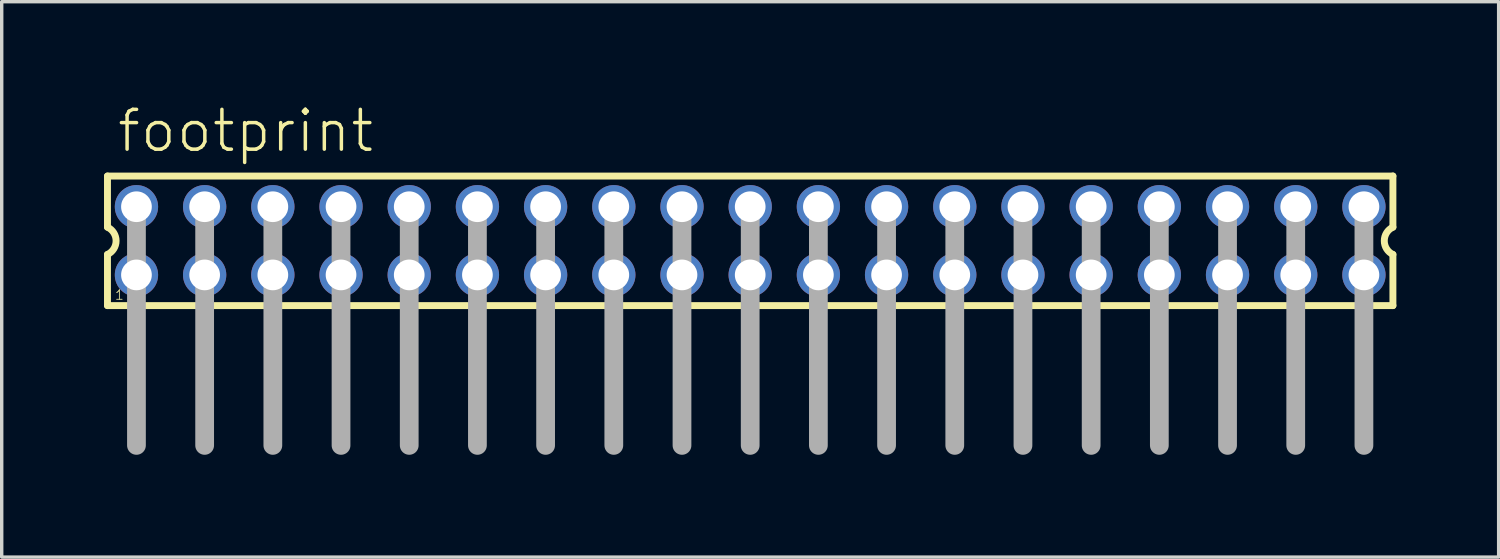
<source format=kicad_pcb>
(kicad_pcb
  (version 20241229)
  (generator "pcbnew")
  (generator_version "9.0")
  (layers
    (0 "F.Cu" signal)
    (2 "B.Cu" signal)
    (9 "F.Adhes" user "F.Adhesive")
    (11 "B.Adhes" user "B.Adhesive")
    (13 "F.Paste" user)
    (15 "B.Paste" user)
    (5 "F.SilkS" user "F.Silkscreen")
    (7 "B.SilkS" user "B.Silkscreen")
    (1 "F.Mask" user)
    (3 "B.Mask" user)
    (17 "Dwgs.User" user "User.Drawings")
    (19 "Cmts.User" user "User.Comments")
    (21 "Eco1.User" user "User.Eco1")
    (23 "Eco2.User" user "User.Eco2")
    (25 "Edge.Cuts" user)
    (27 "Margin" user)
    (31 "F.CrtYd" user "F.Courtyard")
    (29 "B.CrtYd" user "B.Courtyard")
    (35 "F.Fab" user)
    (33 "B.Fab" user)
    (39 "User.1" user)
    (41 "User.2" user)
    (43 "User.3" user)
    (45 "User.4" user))
  (footprint "footprint"
    (layer "F.Cu")
    (at 18.952 4.013)
    (property "Reference" "footprint" (at -18.62 -2.54 0) (layer "F.SilkS") (effects (font (size 1.168 1.168) (thickness 0.102)) (justify left bottom)))
    (fp_line (start -18.85 -1.9) (end -18.85 -0.4) (stroke (width 0.203) (type solid)) (layer "F.SilkS"))
    (fp_line (start -18.85 0.4) (end -18.85 1.9) (stroke (width 0.203) (type solid)) (layer "F.SilkS"))
    (fp_line (start -18.85 1.9) (end 18.85 1.9) (stroke (width 0.203) (type solid)) (layer "F.SilkS"))
    (fp_line (start 18.85 -1.9) (end -18.85 -1.9) (stroke (width 0.203) (type solid)) (layer "F.SilkS"))
    (fp_line (start 18.85 -0.4) (end 18.85 -1.9) (stroke (width 0.203) (type solid)) (layer "F.SilkS"))
    (fp_line (start 18.85 1.9) (end 18.85 0.4) (stroke (width 0.203) (type solid)) (layer "F.SilkS"))
    (fp_arc (start -18.85 -0.4) (mid -18.597167 0) (end -18.85 0.4) (stroke (width 0.2032) (type solid)) (layer "F.SilkS"))
    (fp_arc (start 18.85 0.4) (mid 18.597167 0) (end 18.85 -0.4) (stroke (width 0.2032) (type solid)) (layer "F.SilkS"))
    (fp_line (start -18 -1) (end -18 6) (stroke (width 0.55) (type solid)) (layer "F.Fab"))
    (fp_line (start -16 -1) (end -16 6) (stroke (width 0.55) (type solid)) (layer "F.Fab"))
    (fp_line (start -14 -1) (end -14 6) (stroke (width 0.55) (type solid)) (layer "F.Fab"))
    (fp_line (start -12 -1) (end -12 6) (stroke (width 0.55) (type solid)) (layer "F.Fab"))
    (fp_line (start -10 -1) (end -10 6) (stroke (width 0.55) (type solid)) (layer "F.Fab"))
    (fp_line (start -8 -1) (end -8 6) (stroke (width 0.55) (type solid)) (layer "F.Fab"))
    (fp_line (start -6 -1) (end -6 6) (stroke (width 0.55) (type solid)) (layer "F.Fab"))
    (fp_line (start -4 -1) (end -4 6) (stroke (width 0.55) (type solid)) (layer "F.Fab"))
    (fp_line (start -2 -1) (end -2 6) (stroke (width 0.55) (type solid)) (layer "F.Fab"))
    (fp_line (start 0 -1) (end 0 6) (stroke (width 0.55) (type solid)) (layer "F.Fab"))
    (fp_line (start 2 -1) (end 2 6) (stroke (width 0.55) (type solid)) (layer "F.Fab"))
    (fp_line (start 4 -1) (end 4 6) (stroke (width 0.55) (type solid)) (layer "F.Fab"))
    (fp_line (start 6 -1) (end 6 6) (stroke (width 0.55) (type solid)) (layer "F.Fab"))
    (fp_line (start 8 -1) (end 8 6) (stroke (width 0.55) (type solid)) (layer "F.Fab"))
    (fp_line (start 10 -1) (end 10 6) (stroke (width 0.55) (type solid)) (layer "F.Fab"))
    (fp_line (start 12 -1) (end 12 6) (stroke (width 0.55) (type solid)) (layer "F.Fab"))
    (fp_line (start 14 -1) (end 14 6) (stroke (width 0.55) (type solid)) (layer "F.Fab"))
    (fp_line (start 16 -1) (end 16 6) (stroke (width 0.55) (type solid)) (layer "F.Fab"))
    (fp_line (start 18 -1) (end 18 6) (stroke (width 0.55) (type solid)) (layer "F.Fab"))
    (fp_poly (pts (xy -18.25 -0.75) (xy -17.75 -0.75) (xy -17.75 -1.25) (xy -18.25 -1.25)) (stroke (width 0.1) (type solid)) (fill no) (layer "F.Fab"))
    (fp_poly (pts (xy -18.25 1.25) (xy -17.75 1.25) (xy -17.75 0.75) (xy -18.25 0.75)) (stroke (width 0.1) (type solid)) (fill no) (layer "F.Fab"))
    (fp_poly (pts (xy -16.25 -0.75) (xy -15.75 -0.75) (xy -15.75 -1.25) (xy -16.25 -1.25)) (stroke (width 0.1) (type solid)) (fill no) (layer "F.Fab"))
    (fp_poly (pts (xy -16.25 1.25) (xy -15.75 1.25) (xy -15.75 0.75) (xy -16.25 0.75)) (stroke (width 0.1) (type solid)) (fill no) (layer "F.Fab"))
    (fp_poly (pts (xy -14.25 -0.75) (xy -13.75 -0.75) (xy -13.75 -1.25) (xy -14.25 -1.25)) (stroke (width 0.1) (type solid)) (fill no) (layer "F.Fab"))
    (fp_poly (pts (xy -14.25 1.25) (xy -13.75 1.25) (xy -13.75 0.75) (xy -14.25 0.75)) (stroke (width 0.1) (type solid)) (fill no) (layer "F.Fab"))
    (fp_poly (pts (xy -12.25 -0.75) (xy -11.75 -0.75) (xy -11.75 -1.25) (xy -12.25 -1.25)) (stroke (width 0.1) (type solid)) (fill no) (layer "F.Fab"))
    (fp_poly (pts (xy -12.25 1.25) (xy -11.75 1.25) (xy -11.75 0.75) (xy -12.25 0.75)) (stroke (width 0.1) (type solid)) (fill no) (layer "F.Fab"))
    (fp_poly (pts (xy -10.25 -0.75) (xy -9.75 -0.75) (xy -9.75 -1.25) (xy -10.25 -1.25)) (stroke (width 0.1) (type solid)) (fill no) (layer "F.Fab"))
    (fp_poly (pts (xy -10.25 1.25) (xy -9.75 1.25) (xy -9.75 0.75) (xy -10.25 0.75)) (stroke (width 0.1) (type solid)) (fill no) (layer "F.Fab"))
    (fp_poly (pts (xy -8.25 -0.75) (xy -7.75 -0.75) (xy -7.75 -1.25) (xy -8.25 -1.25)) (stroke (width 0.1) (type solid)) (fill no) (layer "F.Fab"))
    (fp_poly (pts (xy -8.25 1.25) (xy -7.75 1.25) (xy -7.75 0.75) (xy -8.25 0.75)) (stroke (width 0.1) (type solid)) (fill no) (layer "F.Fab"))
    (fp_poly (pts (xy -6.25 -0.75) (xy -5.75 -0.75) (xy -5.75 -1.25) (xy -6.25 -1.25)) (stroke (width 0.1) (type solid)) (fill no) (layer "F.Fab"))
    (fp_poly (pts (xy -6.25 1.25) (xy -5.75 1.25) (xy -5.75 0.75) (xy -6.25 0.75)) (stroke (width 0.1) (type solid)) (fill no) (layer "F.Fab"))
    (fp_poly (pts (xy -4.25 -0.75) (xy -3.75 -0.75) (xy -3.75 -1.25) (xy -4.25 -1.25)) (stroke (width 0.1) (type solid)) (fill no) (layer "F.Fab"))
    (fp_poly (pts (xy -4.25 1.25) (xy -3.75 1.25) (xy -3.75 0.75) (xy -4.25 0.75)) (stroke (width 0.1) (type solid)) (fill no) (layer "F.Fab"))
    (fp_poly (pts (xy -2.25 -0.75) (xy -1.75 -0.75) (xy -1.75 -1.25) (xy -2.25 -1.25)) (stroke (width 0.1) (type solid)) (fill no) (layer "F.Fab"))
    (fp_poly (pts (xy -2.25 1.25) (xy -1.75 1.25) (xy -1.75 0.75) (xy -2.25 0.75)) (stroke (width 0.1) (type solid)) (fill no) (layer "F.Fab"))
    (fp_poly (pts (xy -0.25 -0.75) (xy 0.25 -0.75) (xy 0.25 -1.25) (xy -0.25 -1.25)) (stroke (width 0.1) (type solid)) (fill no) (layer "F.Fab"))
    (fp_poly (pts (xy -0.25 1.25) (xy 0.25 1.25) (xy 0.25 0.75) (xy -0.25 0.75)) (stroke (width 0.1) (type solid)) (fill no) (layer "F.Fab"))
    (fp_poly (pts (xy 1.75 -0.75) (xy 2.25 -0.75) (xy 2.25 -1.25) (xy 1.75 -1.25)) (stroke (width 0.1) (type solid)) (fill no) (layer "F.Fab"))
    (fp_poly (pts (xy 1.75 1.25) (xy 2.25 1.25) (xy 2.25 0.75) (xy 1.75 0.75)) (stroke (width 0.1) (type solid)) (fill no) (layer "F.Fab"))
    (fp_poly (pts (xy 3.75 -0.75) (xy 4.25 -0.75) (xy 4.25 -1.25) (xy 3.75 -1.25)) (stroke (width 0.1) (type solid)) (fill no) (layer "F.Fab"))
    (fp_poly (pts (xy 3.75 1.25) (xy 4.25 1.25) (xy 4.25 0.75) (xy 3.75 0.75)) (stroke (width 0.1) (type solid)) (fill no) (layer "F.Fab"))
    (fp_poly (pts (xy 5.75 -0.75) (xy 6.25 -0.75) (xy 6.25 -1.25) (xy 5.75 -1.25)) (stroke (width 0.1) (type solid)) (fill no) (layer "F.Fab"))
    (fp_poly (pts (xy 5.75 1.25) (xy 6.25 1.25) (xy 6.25 0.75) (xy 5.75 0.75)) (stroke (width 0.1) (type solid)) (fill no) (layer "F.Fab"))
    (fp_poly (pts (xy 7.75 -0.75) (xy 8.25 -0.75) (xy 8.25 -1.25) (xy 7.75 -1.25)) (stroke (width 0.1) (type solid)) (fill no) (layer "F.Fab"))
    (fp_poly (pts (xy 7.75 1.25) (xy 8.25 1.25) (xy 8.25 0.75) (xy 7.75 0.75)) (stroke (width 0.1) (type solid)) (fill no) (layer "F.Fab"))
    (fp_poly (pts (xy 9.75 -0.75) (xy 10.25 -0.75) (xy 10.25 -1.25) (xy 9.75 -1.25)) (stroke (width 0.1) (type solid)) (fill no) (layer "F.Fab"))
    (fp_poly (pts (xy 9.75 1.25) (xy 10.25 1.25) (xy 10.25 0.75) (xy 9.75 0.75)) (stroke (width 0.1) (type solid)) (fill no) (layer "F.Fab"))
    (fp_poly (pts (xy 11.75 -0.75) (xy 12.25 -0.75) (xy 12.25 -1.25) (xy 11.75 -1.25)) (stroke (width 0.1) (type solid)) (fill no) (layer "F.Fab"))
    (fp_poly (pts (xy 11.75 1.25) (xy 12.25 1.25) (xy 12.25 0.75) (xy 11.75 0.75)) (stroke (width 0.1) (type solid)) (fill no) (layer "F.Fab"))
    (fp_poly (pts (xy 13.75 -0.75) (xy 14.25 -0.75) (xy 14.25 -1.25) (xy 13.75 -1.25)) (stroke (width 0.1) (type solid)) (fill no) (layer "F.Fab"))
    (fp_poly (pts (xy 13.75 1.25) (xy 14.25 1.25) (xy 14.25 0.75) (xy 13.75 0.75)) (stroke (width 0.1) (type solid)) (fill no) (layer "F.Fab"))
    (fp_poly (pts (xy 15.75 -0.75) (xy 16.25 -0.75) (xy 16.25 -1.25) (xy 15.75 -1.25)) (stroke (width 0.1) (type solid)) (fill no) (layer "F.Fab"))
    (fp_poly (pts (xy 15.75 1.25) (xy 16.25 1.25) (xy 16.25 0.75) (xy 15.75 0.75)) (stroke (width 0.1) (type solid)) (fill no) (layer "F.Fab"))
    (fp_poly (pts (xy 17.75 -0.75) (xy 18.25 -0.75) (xy 18.25 -1.25) (xy 17.75 -1.25)) (stroke (width 0.1) (type solid)) (fill no) (layer "F.Fab"))
    (fp_poly (pts (xy 17.75 1.25) (xy 18.25 1.25) (xy 18.25 0.75) (xy 17.75 0.75)) (stroke (width 0.1) (type solid)) (fill no) (layer "F.Fab"))
    (fp_text user "1" (at -18.65 1.75 0) (layer "F.SilkS") (effects (font (size 0.28 0.28) (thickness 0.024)) (justify left bottom)))
    (pad "1" thru_hole circle (at -18 1) (size 1.27 1.27) (drill 0.9) (layers "*.Cu" "*.Mask"))
    (pad "2" thru_hole circle (at -18 -1) (size 1.27 1.27) (drill 0.9) (layers "*.Cu" "*.Mask"))
    (pad "3" thru_hole circle (at -16 1) (size 1.27 1.27) (drill 0.9) (layers "*.Cu" "*.Mask"))
    (pad "4" thru_hole circle (at -16 -1) (size 1.27 1.27) (drill 0.9) (layers "*.Cu" "*.Mask"))
    (pad "5" thru_hole circle (at -14 1) (size 1.27 1.27) (drill 0.9) (layers "*.Cu" "*.Mask"))
    (pad "6" thru_hole circle (at -14 -1) (size 1.27 1.27) (drill 0.9) (layers "*.Cu" "*.Mask"))
    (pad "7" thru_hole circle (at -12 1) (size 1.27 1.27) (drill 0.9) (layers "*.Cu" "*.Mask"))
    (pad "8" thru_hole circle (at -12 -1) (size 1.27 1.27) (drill 0.9) (layers "*.Cu" "*.Mask"))
    (pad "9" thru_hole circle (at -10 1) (size 1.27 1.27) (drill 0.9) (layers "*.Cu" "*.Mask"))
    (pad "10" thru_hole circle (at -10 -1) (size 1.27 1.27) (drill 0.9) (layers "*.Cu" "*.Mask"))
    (pad "11" thru_hole circle (at -8 1) (size 1.27 1.27) (drill 0.9) (layers "*.Cu" "*.Mask"))
    (pad "12" thru_hole circle (at -8 -1) (size 1.27 1.27) (drill 0.9) (layers "*.Cu" "*.Mask"))
    (pad "13" thru_hole circle (at -6 1) (size 1.27 1.27) (drill 0.9) (layers "*.Cu" "*.Mask"))
    (pad "14" thru_hole circle (at -6 -1) (size 1.27 1.27) (drill 0.9) (layers "*.Cu" "*.Mask"))
    (pad "15" thru_hole circle (at -4 1) (size 1.27 1.27) (drill 0.9) (layers "*.Cu" "*.Mask"))
    (pad "16" thru_hole circle (at -4 -1) (size 1.27 1.27) (drill 0.9) (layers "*.Cu" "*.Mask"))
    (pad "17" thru_hole circle (at -2 1) (size 1.27 1.27) (drill 0.9) (layers "*.Cu" "*.Mask"))
    (pad "18" thru_hole circle (at -2 -1) (size 1.27 1.27) (drill 0.9) (layers "*.Cu" "*.Mask"))
    (pad "19" thru_hole circle (at 0 1) (size 1.27 1.27) (drill 0.9) (layers "*.Cu" "*.Mask"))
    (pad "20" thru_hole circle (at 0 -1) (size 1.27 1.27) (drill 0.9) (layers "*.Cu" "*.Mask"))
    (pad "21" thru_hole circle (at 2 1) (size 1.27 1.27) (drill 0.9) (layers "*.Cu" "*.Mask"))
    (pad "22" thru_hole circle (at 2 -1) (size 1.27 1.27) (drill 0.9) (layers "*.Cu" "*.Mask"))
    (pad "23" thru_hole circle (at 4 1) (size 1.27 1.27) (drill 0.9) (layers "*.Cu" "*.Mask"))
    (pad "24" thru_hole circle (at 4 -1) (size 1.27 1.27) (drill 0.9) (layers "*.Cu" "*.Mask"))
    (pad "25" thru_hole circle (at 6 1) (size 1.27 1.27) (drill 0.9) (layers "*.Cu" "*.Mask"))
    (pad "26" thru_hole circle (at 6 -1) (size 1.27 1.27) (drill 0.9) (layers "*.Cu" "*.Mask"))
    (pad "27" thru_hole circle (at 8 1) (size 1.27 1.27) (drill 0.9) (layers "*.Cu" "*.Mask"))
    (pad "28" thru_hole circle (at 8 -1) (size 1.27 1.27) (drill 0.9) (layers "*.Cu" "*.Mask"))
    (pad "29" thru_hole circle (at 10 1) (size 1.27 1.27) (drill 0.9) (layers "*.Cu" "*.Mask"))
    (pad "30" thru_hole circle (at 10 -1) (size 1.27 1.27) (drill 0.9) (layers "*.Cu" "*.Mask"))
    (pad "31" thru_hole circle (at 12 1) (size 1.27 1.27) (drill 0.9) (layers "*.Cu" "*.Mask"))
    (pad "32" thru_hole circle (at 12 -1) (size 1.27 1.27) (drill 0.9) (layers "*.Cu" "*.Mask"))
    (pad "33" thru_hole circle (at 14 1) (size 1.27 1.27) (drill 0.9) (layers "*.Cu" "*.Mask"))
    (pad "34" thru_hole circle (at 14 -1) (size 1.27 1.27) (drill 0.9) (layers "*.Cu" "*.Mask"))
    (pad "35" thru_hole circle (at 16 1) (size 1.27 1.27) (drill 0.9) (layers "*.Cu" "*.Mask"))
    (pad "36" thru_hole circle (at 16 -1) (size 1.27 1.27) (drill 0.9) (layers "*.Cu" "*.Mask"))
    (pad "37" thru_hole circle (at 18 1) (size 1.27 1.27) (drill 0.9) (layers "*.Cu" "*.Mask"))
    (pad "38" thru_hole circle (at 18 -1) (size 1.27 1.27) (drill 0.9) (layers "*.Cu" "*.Mask")))
  (gr_rect
    (start -3 -3)
    (end 40.903 13.288)
    (stroke (width 0.1) (type default))
    (fill no)
    (layer "Edge.Cuts")))
</source>
